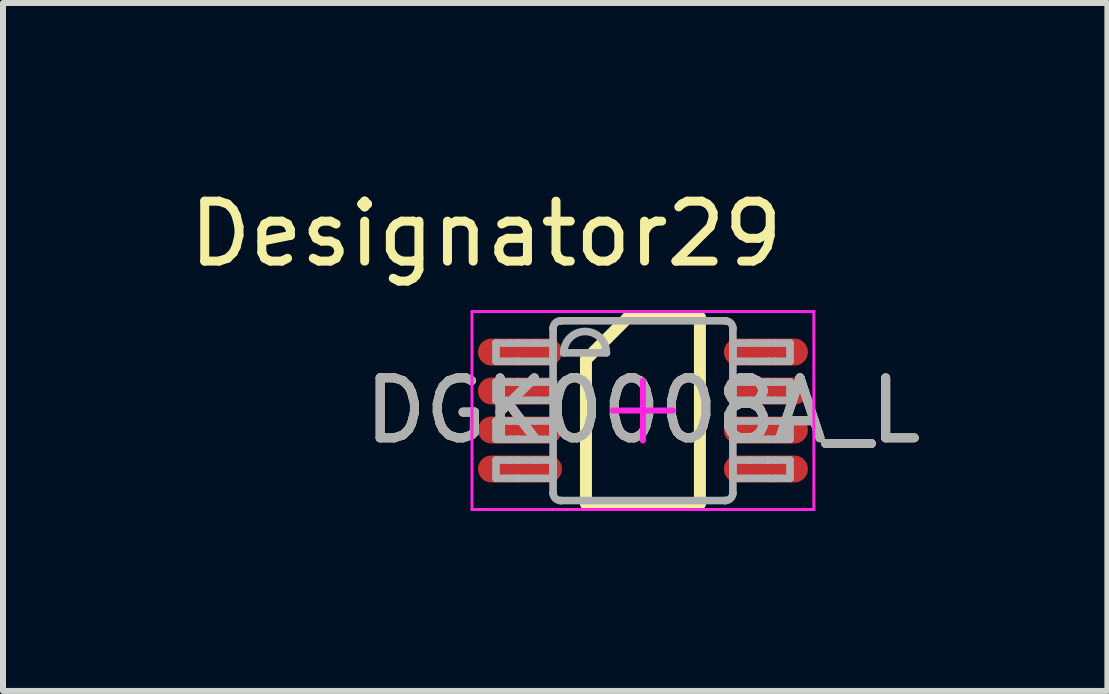
<source format=kicad_pcb>
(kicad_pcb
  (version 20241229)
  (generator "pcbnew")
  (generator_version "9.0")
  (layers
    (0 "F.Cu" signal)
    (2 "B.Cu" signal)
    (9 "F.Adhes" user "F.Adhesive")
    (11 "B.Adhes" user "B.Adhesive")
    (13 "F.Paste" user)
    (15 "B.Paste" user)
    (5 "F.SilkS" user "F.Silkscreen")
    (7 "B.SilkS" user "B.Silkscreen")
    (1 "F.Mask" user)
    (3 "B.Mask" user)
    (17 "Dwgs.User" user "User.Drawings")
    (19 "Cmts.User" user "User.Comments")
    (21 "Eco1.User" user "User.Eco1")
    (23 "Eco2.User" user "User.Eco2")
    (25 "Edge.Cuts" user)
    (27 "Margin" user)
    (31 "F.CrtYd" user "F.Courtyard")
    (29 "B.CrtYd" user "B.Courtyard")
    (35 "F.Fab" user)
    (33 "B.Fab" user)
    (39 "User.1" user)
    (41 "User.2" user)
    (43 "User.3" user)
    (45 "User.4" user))
  (footprint "DGK0008A_L"
    (layer "F.Cu")
    (at 7.67 3.795)
    (property "Reference" "DGK0008A_L" (at 0 0 0) (unlocked yes) (layer "F.SilkS") (effects (font (size 1 1) (thickness 0.15))))
    (attr smd)
    (fp_line (start -0.95 -0.85) (end -0.25 -1.55) (stroke (width 0.2) (type solid)) (layer "F.SilkS"))
    (fp_line (start -0.95 1.55) (end -0.95 -0.85) (stroke (width 0.2) (type solid)) (layer "F.SilkS"))
    (fp_line (start -0.95 1.55) (end 0.95 1.55) (stroke (width 0.2) (type solid)) (layer "F.SilkS"))
    (fp_line (start -0.25 -1.55) (end 0.95 -1.55) (stroke (width 0.2) (type solid)) (layer "F.SilkS"))
    (fp_line (start 0.95 1.55) (end 0.95 -1.55) (stroke (width 0.2) (type solid)) (layer "F.SilkS"))
    (fp_line (start -2.85 -1.65) (end 2.85 -1.65) (stroke (width 0.05) (type solid)) (layer "F.CrtYd"))
    (fp_line (start -2.85 1.65) (end -2.85 -1.65) (stroke (width 0.05) (type solid)) (layer "F.CrtYd"))
    (fp_line (start -2.85 1.65) (end 2.85 1.65) (stroke (width 0.05) (type solid)) (layer "F.CrtYd"))
    (fp_line (start -0.5 -0.000003) (end 0.5 -0.000003) (stroke (width 0.1) (type solid)) (layer "F.CrtYd"))
    (fp_line (start 0.000003 0.5) (end 0.000003 -0.5) (stroke (width 0.1) (type solid)) (layer "F.CrtYd"))
    (fp_line (start 2.85 1.65) (end 2.85 -1.65) (stroke (width 0.05) (type solid)) (layer "F.CrtYd"))
    (fp_line (start -2.45 -1.125) (end -2.21 -1.125) (stroke (width 0.127) (type solid)) (layer "F.Fab"))
    (fp_line (start -2.45 -0.82) (end -2.45 -1.125) (stroke (width 0.127) (type solid)) (layer "F.Fab"))
    (fp_line (start -2.45 -0.82) (end -2.21 -0.82) (stroke (width 0.127) (type solid)) (layer "F.Fab"))
    (fp_line (start -2.45 -0.475) (end -2.21 -0.475) (stroke (width 0.127) (type solid)) (layer "F.Fab"))
    (fp_line (start -2.45 -0.17) (end -2.45 -0.475) (stroke (width 0.127) (type solid)) (layer "F.Fab"))
    (fp_line (start -2.45 -0.17) (end -2.21 -0.17) (stroke (width 0.127) (type solid)) (layer "F.Fab"))
    (fp_line (start -2.45 0.175) (end -2.21 0.175) (stroke (width 0.127) (type solid)) (layer "F.Fab"))
    (fp_line (start -2.45 0.48) (end -2.45 0.175) (stroke (width 0.127) (type solid)) (layer "F.Fab"))
    (fp_line (start -2.45 0.48) (end -2.21 0.48) (stroke (width 0.127) (type solid)) (layer "F.Fab"))
    (fp_line (start -2.45 0.826) (end -2.21 0.826) (stroke (width 0.127) (type solid)) (layer "F.Fab"))
    (fp_line (start -2.45 1.131) (end -2.45 0.826) (stroke (width 0.127) (type solid)) (layer "F.Fab"))
    (fp_line (start -2.45 1.131) (end -2.21 1.131) (stroke (width 0.127) (type solid)) (layer "F.Fab"))
    (fp_line (start -2.21 -1.125) (end -2.091 -1.125) (stroke (width 0.127) (type solid)) (layer "F.Fab"))
    (fp_line (start -2.21 -0.82) (end -2.091 -0.82) (stroke (width 0.127) (type solid)) (layer "F.Fab"))
    (fp_line (start -2.21 -0.475) (end -2.091 -0.475) (stroke (width 0.127) (type solid)) (layer "F.Fab"))
    (fp_line (start -2.21 -0.17) (end -2.091 -0.17) (stroke (width 0.127) (type solid)) (layer "F.Fab"))
    (fp_line (start -2.21 0.175) (end -2.091 0.175) (stroke (width 0.127) (type solid)) (layer "F.Fab"))
    (fp_line (start -2.21 0.48) (end -2.091 0.48) (stroke (width 0.127) (type solid)) (layer "F.Fab"))
    (fp_line (start -2.21 0.826) (end -2.091 0.826) (stroke (width 0.127) (type solid)) (layer "F.Fab"))
    (fp_line (start -2.21 1.131) (end -2.091 1.131) (stroke (width 0.127) (type solid)) (layer "F.Fab"))
    (fp_line (start -2.091 -1.125) (end -2.087 -1.125) (stroke (width 0.127) (type solid)) (layer "F.Fab"))
    (fp_line (start -2.091 -0.82) (end -2.087 -0.82) (stroke (width 0.127) (type solid)) (layer "F.Fab"))
    (fp_line (start -2.091 -0.475) (end -2.087 -0.475) (stroke (width 0.127) (type solid)) (layer "F.Fab"))
    (fp_line (start -2.091 -0.17) (end -2.087 -0.17) (stroke (width 0.127) (type solid)) (layer "F.Fab"))
    (fp_line (start -2.091 0.175) (end -2.087 0.175) (stroke (width 0.127) (type solid)) (layer "F.Fab"))
    (fp_line (start -2.091 0.48) (end -2.087 0.48) (stroke (width 0.127) (type solid)) (layer "F.Fab"))
    (fp_line (start -2.091 0.826) (end -2.087 0.826) (stroke (width 0.127) (type solid)) (layer "F.Fab"))
    (fp_line (start -2.091 1.131) (end -2.087 1.131) (stroke (width 0.127) (type solid)) (layer "F.Fab"))
    (fp_line (start -2.087 -1.125) (end -1.784 -1.125) (stroke (width 0.127) (type solid)) (layer "F.Fab"))
    (fp_line (start -2.087 -0.82) (end -1.784 -0.82) (stroke (width 0.127) (type solid)) (layer "F.Fab"))
    (fp_line (start -2.087 -0.475) (end -1.784 -0.475) (stroke (width 0.127) (type solid)) (layer "F.Fab"))
    (fp_line (start -2.087 -0.17) (end -1.784 -0.17) (stroke (width 0.127) (type solid)) (layer "F.Fab"))
    (fp_line (start -2.087 0.175) (end -1.784 0.175) (stroke (width 0.127) (type solid)) (layer "F.Fab"))
    (fp_line (start -2.087 0.48) (end -1.784 0.48) (stroke (width 0.127) (type solid)) (layer "F.Fab"))
    (fp_line (start -2.087 0.826) (end -1.784 0.826) (stroke (width 0.127) (type solid)) (layer "F.Fab"))
    (fp_line (start -2.087 1.131) (end -1.784 1.131) (stroke (width 0.127) (type solid)) (layer "F.Fab"))
    (fp_line (start -1.784 -1.125) (end -1.498 -1.125) (stroke (width 0.127) (type solid)) (layer "F.Fab"))
    (fp_line (start -1.784 -0.82) (end -1.498 -0.82) (stroke (width 0.127) (type solid)) (layer "F.Fab"))
    (fp_line (start -1.784 -0.475) (end -1.498 -0.475) (stroke (width 0.127) (type solid)) (layer "F.Fab"))
    (fp_line (start -1.784 -0.17) (end -1.498 -0.17) (stroke (width 0.127) (type solid)) (layer "F.Fab"))
    (fp_line (start -1.784 0.175) (end -1.498 0.175) (stroke (width 0.127) (type solid)) (layer "F.Fab"))
    (fp_line (start -1.784 0.48) (end -1.498 0.48) (stroke (width 0.127) (type solid)) (layer "F.Fab"))
    (fp_line (start -1.784 0.826) (end -1.498 0.826) (stroke (width 0.127) (type solid)) (layer "F.Fab"))
    (fp_line (start -1.784 1.131) (end -1.498 1.131) (stroke (width 0.127) (type solid)) (layer "F.Fab"))
    (fp_line (start -1.498 -1.369) (end -1.497 -1.372) (stroke (width 0.127) (type solid)) (layer "F.Fab"))
    (fp_line (start -1.498 -0.82) (end -1.498 -1.125) (stroke (width 0.127) (type solid)) (layer "F.Fab"))
    (fp_line (start -1.498 -0.17) (end -1.498 -0.475) (stroke (width 0.127) (type solid)) (layer "F.Fab"))
    (fp_line (start -1.498 0.48) (end -1.498 0.175) (stroke (width 0.127) (type solid)) (layer "F.Fab"))
    (fp_line (start -1.498 1.131) (end -1.498 0.826) (stroke (width 0.127) (type solid)) (layer "F.Fab"))
    (fp_line (start -1.498 1.374) (end -1.498 -1.369) (stroke (width 0.127) (type solid)) (layer "F.Fab"))
    (fp_line (start -1.498 1.374) (end -1.497 1.377) (stroke (width 0.127) (type solid)) (layer "F.Fab"))
    (fp_line (start -1.373 -1.496) (end -1.371 -1.496) (stroke (width 0.127) (type solid)) (layer "F.Fab"))
    (fp_line (start -1.373 1.501) (end -1.371 1.501) (stroke (width 0.127) (type solid)) (layer "F.Fab"))
    (fp_line (start -1.371 -1.496) (end 1.373 -1.496) (stroke (width 0.127) (type solid)) (layer "F.Fab"))
    (fp_line (start -1.371 1.501) (end 1.373 1.501) (stroke (width 0.127) (type solid)) (layer "F.Fab"))
    (fp_line (start -1.32 -0.962) (end -0.609 -0.962) (stroke (width 0.127) (type solid)) (layer "F.Fab"))
    (fp_line (start 1.373 -1.496) (end 1.375 -1.496) (stroke (width 0.127) (type solid)) (layer "F.Fab"))
    (fp_line (start 1.373 1.501) (end 1.375 1.501) (stroke (width 0.127) (type solid)) (layer "F.Fab"))
    (fp_line (start 1.5 -1.372) (end 1.5 -1.369) (stroke (width 0.127) (type solid)) (layer "F.Fab"))
    (fp_line (start 1.5 1.377) (end 1.5 1.374) (stroke (width 0.127) (type solid)) (layer "F.Fab"))
    (fp_line (start 1.5 -1.125) (end 1.786 -1.125) (stroke (width 0.127) (type solid)) (layer "F.Fab"))
    (fp_line (start 1.5 -0.82) (end 1.5 -1.125) (stroke (width 0.127) (type solid)) (layer "F.Fab"))
    (fp_line (start 1.5 -0.82) (end 1.786 -0.82) (stroke (width 0.127) (type solid)) (layer "F.Fab"))
    (fp_line (start 1.5 -0.475) (end 1.786 -0.475) (stroke (width 0.127) (type solid)) (layer "F.Fab"))
    (fp_line (start 1.5 -0.17) (end 1.5 -0.475) (stroke (width 0.127) (type solid)) (layer "F.Fab"))
    (fp_line (start 1.5 -0.17) (end 1.786 -0.17) (stroke (width 0.127) (type solid)) (layer "F.Fab"))
    (fp_line (start 1.5 0.175) (end 1.786 0.175) (stroke (width 0.127) (type solid)) (layer "F.Fab"))
    (fp_line (start 1.5 0.48) (end 1.5 0.175) (stroke (width 0.127) (type solid)) (layer "F.Fab"))
    (fp_line (start 1.5 0.48) (end 1.786 0.48) (stroke (width 0.127) (type solid)) (layer "F.Fab"))
    (fp_line (start 1.5 0.826) (end 1.786 0.826) (stroke (width 0.127) (type solid)) (layer "F.Fab"))
    (fp_line (start 1.5 1.131) (end 1.5 0.826) (stroke (width 0.127) (type solid)) (layer "F.Fab"))
    (fp_line (start 1.5 1.131) (end 1.786 1.131) (stroke (width 0.127) (type solid)) (layer "F.Fab"))
    (fp_line (start 1.5 1.374) (end 1.5 -1.369) (stroke (width 0.127) (type solid)) (layer "F.Fab"))
    (fp_line (start 1.786 -1.125) (end 2.089 -1.125) (stroke (width 0.127) (type solid)) (layer "F.Fab"))
    (fp_line (start 1.786 -0.82) (end 2.089 -0.82) (stroke (width 0.127) (type solid)) (layer "F.Fab"))
    (fp_line (start 1.786 -0.475) (end 2.089 -0.475) (stroke (width 0.127) (type solid)) (layer "F.Fab"))
    (fp_line (start 1.786 -0.17) (end 2.089 -0.17) (stroke (width 0.127) (type solid)) (layer "F.Fab"))
    (fp_line (start 1.786 0.175) (end 2.089 0.175) (stroke (width 0.127) (type solid)) (layer "F.Fab"))
    (fp_line (start 1.786 0.48) (end 2.089 0.48) (stroke (width 0.127) (type solid)) (layer "F.Fab"))
    (fp_line (start 1.786 0.826) (end 2.089 0.826) (stroke (width 0.127) (type solid)) (layer "F.Fab"))
    (fp_line (start 1.786 1.131) (end 2.089 1.131) (stroke (width 0.127) (type solid)) (layer "F.Fab"))
    (fp_line (start 2.089 -1.125) (end 2.093 -1.125) (stroke (width 0.127) (type solid)) (layer "F.Fab"))
    (fp_line (start 2.089 -0.82) (end 2.093 -0.82) (stroke (width 0.127) (type solid)) (layer "F.Fab"))
    (fp_line (start 2.089 -0.475) (end 2.093 -0.475) (stroke (width 0.127) (type solid)) (layer "F.Fab"))
    (fp_line (start 2.089 -0.17) (end 2.093 -0.17) (stroke (width 0.127) (type solid)) (layer "F.Fab"))
    (fp_line (start 2.089 0.175) (end 2.093 0.175) (stroke (width 0.127) (type solid)) (layer "F.Fab"))
    (fp_line (start 2.089 0.48) (end 2.093 0.48) (stroke (width 0.127) (type solid)) (layer "F.Fab"))
    (fp_line (start 2.089 0.826) (end 2.093 0.826) (stroke (width 0.127) (type solid)) (layer "F.Fab"))
    (fp_line (start 2.089 1.131) (end 2.093 1.131) (stroke (width 0.127) (type solid)) (layer "F.Fab"))
    (fp_line (start 2.093 -1.125) (end 2.213 -1.125) (stroke (width 0.127) (type solid)) (layer "F.Fab"))
    (fp_line (start 2.093 -0.82) (end 2.213 -0.82) (stroke (width 0.127) (type solid)) (layer "F.Fab"))
    (fp_line (start 2.093 -0.475) (end 2.213 -0.475) (stroke (width 0.127) (type solid)) (layer "F.Fab"))
    (fp_line (start 2.093 -0.17) (end 2.213 -0.17) (stroke (width 0.127) (type solid)) (layer "F.Fab"))
    (fp_line (start 2.093 0.175) (end 2.213 0.175) (stroke (width 0.127) (type solid)) (layer "F.Fab"))
    (fp_line (start 2.093 0.48) (end 2.213 0.48) (stroke (width 0.127) (type solid)) (layer "F.Fab"))
    (fp_line (start 2.093 0.826) (end 2.213 0.826) (stroke (width 0.127) (type solid)) (layer "F.Fab"))
    (fp_line (start 2.093 1.131) (end 2.213 1.131) (stroke (width 0.127) (type solid)) (layer "F.Fab"))
    (fp_line (start 2.213 -1.125) (end 2.452 -1.125) (stroke (width 0.127) (type solid)) (layer "F.Fab"))
    (fp_line (start 2.213 -0.82) (end 2.452 -0.82) (stroke (width 0.127) (type solid)) (layer "F.Fab"))
    (fp_line (start 2.213 -0.475) (end 2.452 -0.475) (stroke (width 0.127) (type solid)) (layer "F.Fab"))
    (fp_line (start 2.213 -0.17) (end 2.452 -0.17) (stroke (width 0.127) (type solid)) (layer "F.Fab"))
    (fp_line (start 2.213 0.175) (end 2.452 0.175) (stroke (width 0.127) (type solid)) (layer "F.Fab"))
    (fp_line (start 2.213 0.48) (end 2.452 0.48) (stroke (width 0.127) (type solid)) (layer "F.Fab"))
    (fp_line (start 2.213 0.826) (end 2.452 0.826) (stroke (width 0.127) (type solid)) (layer "F.Fab"))
    (fp_line (start 2.213 1.131) (end 2.452 1.131) (stroke (width 0.127) (type solid)) (layer "F.Fab"))
    (fp_line (start 2.452 -0.82) (end 2.452 -1.125) (stroke (width 0.127) (type solid)) (layer "F.Fab"))
    (fp_line (start 2.452 -0.17) (end 2.452 -0.475) (stroke (width 0.127) (type solid)) (layer "F.Fab"))
    (fp_line (start 2.452 0.48) (end 2.452 0.175) (stroke (width 0.127) (type solid)) (layer "F.Fab"))
    (fp_line (start 2.452 1.131) (end 2.452 0.826) (stroke (width 0.127) (type solid)) (layer "F.Fab"))
    (fp_arc (start -1.497476 -1.371582) (mid -1.460306 -1.458644) (end -1.373243 -1.495814) (stroke (width 0.127) (type solid)) (layer "F.Fab"))
    (fp_arc (start -1.373243 1.501336) (mid -1.460306 1.464166) (end -1.497476 1.377104) (stroke (width 0.127) (type solid)) (layer "F.Fab"))
    (fp_arc (start -1.3197 -0.962439) (mid -0.9641 -1.318039) (end -0.6085 -0.962439) (stroke (width 0.127) (type solid)) (layer "F.Fab"))
    (fp_arc (start 1.375443 -1.495814) (mid 1.462505 -1.458644) (end 1.499675 -1.371582) (stroke (width 0.127) (type solid)) (layer "F.Fab"))
    (fp_arc (start 1.499675 1.377104) (mid 1.462505 1.464166) (end 1.375443 1.501336) (stroke (width 0.127) (type solid)) (layer "F.Fab"))
    (fp_text user "Designator29" (at -2.616 -2.946 0) (unlocked yes) (layer "F.SilkS") (effects (font (size 1 1) (thickness 0.15))))
    (fp_text user "${REFERENCE}" (at 0 0 0) (unlocked yes) (layer "F.Fab") (effects (font (size 1 1) (thickness 0.15))))
    (pad "1" smd oval (at -2.05 -0.975 90) (size 0.45 1.4) (layers "F.Cu" "F.Mask" "F.Paste"))
    (pad "2" smd oval (at -2.05 -0.325 90) (size 0.45 1.4) (layers "F.Cu" "F.Mask" "F.Paste"))
    (pad "3" smd oval (at -2.05 0.325 90) (size 0.45 1.4) (layers "F.Cu" "F.Mask" "F.Paste"))
    (pad "4" smd oval (at -2.05 0.975 90) (size 0.45 1.4) (layers "F.Cu" "F.Mask" "F.Paste"))
    (pad "5" smd oval (at 2.05 0.975 90) (size 0.45 1.4) (layers "F.Cu" "F.Mask" "F.Paste"))
    (pad "6" smd oval (at 2.05 0.325 90) (size 0.45 1.4) (layers "F.Cu" "F.Mask" "F.Paste"))
    (pad "7" smd oval (at 2.05 -0.325 90) (size 0.45 1.4) (layers "F.Cu" "F.Mask" "F.Paste"))
    (pad "8" smd oval (at 2.05 -0.975 90) (size 0.45 1.4) (layers "F.Cu" "F.Mask" "F.Paste")))
  (gr_rect
    (start -3 -3)
    (end 15.414 8.47)
    (stroke (width 0.1) (type default))
    (fill no)
    (layer "Edge.Cuts")))
</source>
